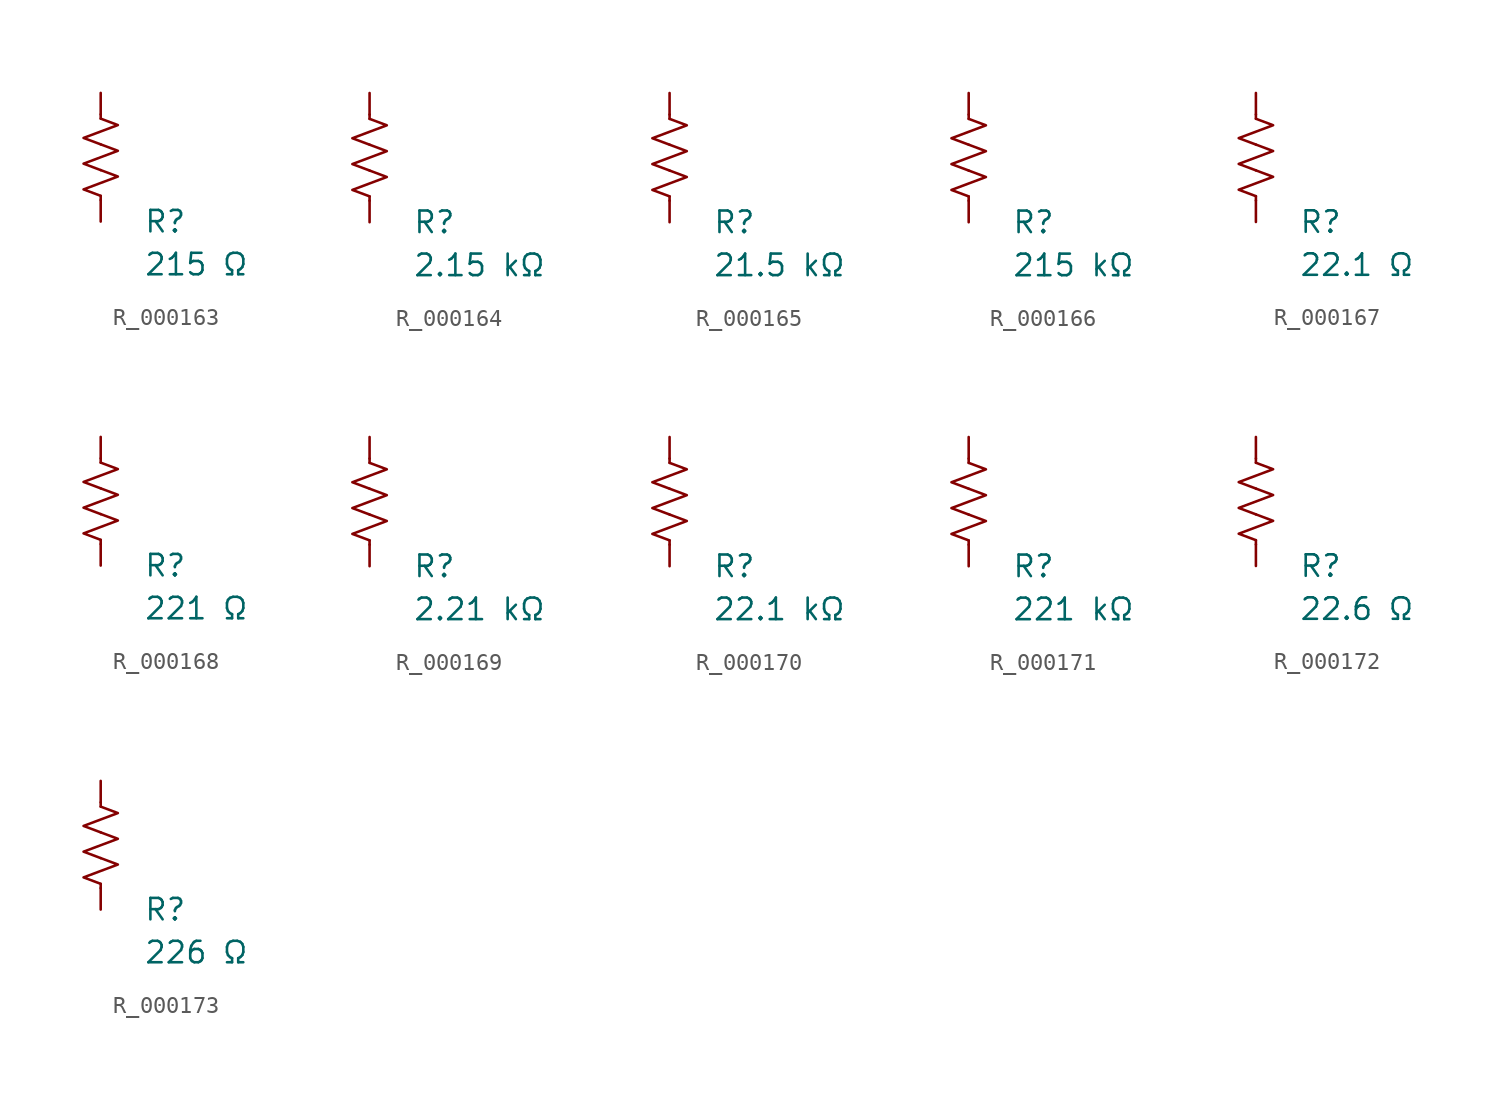
<source format=kicad_sym>
(kicad_symbol_lib
  (version 20231120)
  (generator "kicad_symbol_editor")
  (generator_version "8.0")
  (symbol "R_000163"
    (pin_numbers hide)
    (pin_names
      (offset 0))
    (property "Reference" "R"
      (at 2.54 -3.81 0)
      (effects (font (size 1.27 1.27)) (justify left))
      (show_name no))
    (property "Value" "215 Ω"
      (at 2.54 -6.35 0)
      (effects (font (size 1.27 1.27)) (justify left))
      (show_name no))
    (symbol "R_000163_0_1"
      (polyline (pts (xy 0 -2.286) (xy 0 -2.54)) (stroke (width 0) (type default)) (fill (type none)))
      (polyline (pts (xy 0 2.286) (xy 0 2.54)) (stroke (width 0) (type default)) (fill (type none)))
      (polyline (pts (xy 0 -0.762) (xy 1.016 -1.143) (xy 0 -1.524) (xy -1.016 -1.905) (xy 0 -2.286)) (stroke (width 0) (type default)) (fill (type none)))
      (polyline (pts (xy 0 0.762) (xy 1.016 0.381) (xy 0 0) (xy -1.016 -0.381) (xy 0 -0.762)) (stroke (width 0) (type default)) (fill (type none)))
      (polyline (pts (xy 0 2.286) (xy 1.016 1.905) (xy 0 1.524) (xy -1.016 1.143) (xy 0 0.762)) (stroke (width 0) (type default)) (fill (type none))))
    (symbol "R_000163_1_1"
      (pin passive line (at 0 3.81 270) (length 1.27) (name "~" (effects (font (size 1.27 1.27)))) (number "1" (effects (font (size 1.27 1.27)))))
      (pin passive line (at 0 -3.81 90) (length 1.27) (name "~" (effects (font (size 1.27 1.27)))) (number "2" (effects (font (size 1.27 1.27)))))))
  (symbol "R_000164"
    (pin_numbers hide)
    (pin_names
      (offset 0))
    (property "Reference" "R"
      (at 2.54 -3.81 0)
      (effects (font (size 1.27 1.27)) (justify left))
      (show_name no))
    (property "Value" "2.15 kΩ"
      (at 2.54 -6.35 0)
      (effects (font (size 1.27 1.27)) (justify left))
      (show_name no))
    (symbol "R_000164_0_1"
      (polyline (pts (xy 0 -2.286) (xy 0 -2.54)) (stroke (width 0) (type default)) (fill (type none)))
      (polyline (pts (xy 0 2.286) (xy 0 2.54)) (stroke (width 0) (type default)) (fill (type none)))
      (polyline (pts (xy 0 -0.762) (xy 1.016 -1.143) (xy 0 -1.524) (xy -1.016 -1.905) (xy 0 -2.286)) (stroke (width 0) (type default)) (fill (type none)))
      (polyline (pts (xy 0 0.762) (xy 1.016 0.381) (xy 0 0) (xy -1.016 -0.381) (xy 0 -0.762)) (stroke (width 0) (type default)) (fill (type none)))
      (polyline (pts (xy 0 2.286) (xy 1.016 1.905) (xy 0 1.524) (xy -1.016 1.143) (xy 0 0.762)) (stroke (width 0) (type default)) (fill (type none))))
    (symbol "R_000164_1_1"
      (pin passive line (at 0 3.81 270) (length 1.27) (name "~" (effects (font (size 1.27 1.27)))) (number "1" (effects (font (size 1.27 1.27)))))
      (pin passive line (at 0 -3.81 90) (length 1.27) (name "~" (effects (font (size 1.27 1.27)))) (number "2" (effects (font (size 1.27 1.27)))))))
  (symbol "R_000165"
    (pin_numbers hide)
    (pin_names
      (offset 0))
    (property "Reference" "R"
      (at 2.54 -3.81 0)
      (effects (font (size 1.27 1.27)) (justify left))
      (show_name no))
    (property "Value" "21.5 kΩ"
      (at 2.54 -6.35 0)
      (effects (font (size 1.27 1.27)) (justify left))
      (show_name no))
    (symbol "R_000165_0_1"
      (polyline (pts (xy 0 -2.286) (xy 0 -2.54)) (stroke (width 0) (type default)) (fill (type none)))
      (polyline (pts (xy 0 2.286) (xy 0 2.54)) (stroke (width 0) (type default)) (fill (type none)))
      (polyline (pts (xy 0 -0.762) (xy 1.016 -1.143) (xy 0 -1.524) (xy -1.016 -1.905) (xy 0 -2.286)) (stroke (width 0) (type default)) (fill (type none)))
      (polyline (pts (xy 0 0.762) (xy 1.016 0.381) (xy 0 0) (xy -1.016 -0.381) (xy 0 -0.762)) (stroke (width 0) (type default)) (fill (type none)))
      (polyline (pts (xy 0 2.286) (xy 1.016 1.905) (xy 0 1.524) (xy -1.016 1.143) (xy 0 0.762)) (stroke (width 0) (type default)) (fill (type none))))
    (symbol "R_000165_1_1"
      (pin passive line (at 0 3.81 270) (length 1.27) (name "~" (effects (font (size 1.27 1.27)))) (number "1" (effects (font (size 1.27 1.27)))))
      (pin passive line (at 0 -3.81 90) (length 1.27) (name "~" (effects (font (size 1.27 1.27)))) (number "2" (effects (font (size 1.27 1.27)))))))
  (symbol "R_000166"
    (pin_numbers hide)
    (pin_names
      (offset 0))
    (property "Reference" "R"
      (at 2.54 -3.81 0)
      (effects (font (size 1.27 1.27)) (justify left))
      (show_name no))
    (property "Value" "215 kΩ"
      (at 2.54 -6.35 0)
      (effects (font (size 1.27 1.27)) (justify left))
      (show_name no))
    (symbol "R_000166_0_1"
      (polyline (pts (xy 0 -2.286) (xy 0 -2.54)) (stroke (width 0) (type default)) (fill (type none)))
      (polyline (pts (xy 0 2.286) (xy 0 2.54)) (stroke (width 0) (type default)) (fill (type none)))
      (polyline (pts (xy 0 -0.762) (xy 1.016 -1.143) (xy 0 -1.524) (xy -1.016 -1.905) (xy 0 -2.286)) (stroke (width 0) (type default)) (fill (type none)))
      (polyline (pts (xy 0 0.762) (xy 1.016 0.381) (xy 0 0) (xy -1.016 -0.381) (xy 0 -0.762)) (stroke (width 0) (type default)) (fill (type none)))
      (polyline (pts (xy 0 2.286) (xy 1.016 1.905) (xy 0 1.524) (xy -1.016 1.143) (xy 0 0.762)) (stroke (width 0) (type default)) (fill (type none))))
    (symbol "R_000166_1_1"
      (pin passive line (at 0 3.81 270) (length 1.27) (name "~" (effects (font (size 1.27 1.27)))) (number "1" (effects (font (size 1.27 1.27)))))
      (pin passive line (at 0 -3.81 90) (length 1.27) (name "~" (effects (font (size 1.27 1.27)))) (number "2" (effects (font (size 1.27 1.27)))))))
  (symbol "R_000167"
    (pin_numbers hide)
    (pin_names
      (offset 0))
    (property "Reference" "R"
      (at 2.54 -3.81 0)
      (effects (font (size 1.27 1.27)) (justify left))
      (show_name no))
    (property "Value" "22.1 Ω"
      (at 2.54 -6.35 0)
      (effects (font (size 1.27 1.27)) (justify left))
      (show_name no))
    (symbol "R_000167_0_1"
      (polyline (pts (xy 0 -2.286) (xy 0 -2.54)) (stroke (width 0) (type default)) (fill (type none)))
      (polyline (pts (xy 0 2.286) (xy 0 2.54)) (stroke (width 0) (type default)) (fill (type none)))
      (polyline (pts (xy 0 -0.762) (xy 1.016 -1.143) (xy 0 -1.524) (xy -1.016 -1.905) (xy 0 -2.286)) (stroke (width 0) (type default)) (fill (type none)))
      (polyline (pts (xy 0 0.762) (xy 1.016 0.381) (xy 0 0) (xy -1.016 -0.381) (xy 0 -0.762)) (stroke (width 0) (type default)) (fill (type none)))
      (polyline (pts (xy 0 2.286) (xy 1.016 1.905) (xy 0 1.524) (xy -1.016 1.143) (xy 0 0.762)) (stroke (width 0) (type default)) (fill (type none))))
    (symbol "R_000167_1_1"
      (pin passive line (at 0 3.81 270) (length 1.27) (name "~" (effects (font (size 1.27 1.27)))) (number "1" (effects (font (size 1.27 1.27)))))
      (pin passive line (at 0 -3.81 90) (length 1.27) (name "~" (effects (font (size 1.27 1.27)))) (number "2" (effects (font (size 1.27 1.27)))))))
  (symbol "R_000168"
    (pin_numbers hide)
    (pin_names
      (offset 0))
    (property "Reference" "R"
      (at 2.54 -3.81 0)
      (effects (font (size 1.27 1.27)) (justify left))
      (show_name no))
    (property "Value" "221 Ω"
      (at 2.54 -6.35 0)
      (effects (font (size 1.27 1.27)) (justify left))
      (show_name no))
    (symbol "R_000168_0_1"
      (polyline (pts (xy 0 -2.286) (xy 0 -2.54)) (stroke (width 0) (type default)) (fill (type none)))
      (polyline (pts (xy 0 2.286) (xy 0 2.54)) (stroke (width 0) (type default)) (fill (type none)))
      (polyline (pts (xy 0 -0.762) (xy 1.016 -1.143) (xy 0 -1.524) (xy -1.016 -1.905) (xy 0 -2.286)) (stroke (width 0) (type default)) (fill (type none)))
      (polyline (pts (xy 0 0.762) (xy 1.016 0.381) (xy 0 0) (xy -1.016 -0.381) (xy 0 -0.762)) (stroke (width 0) (type default)) (fill (type none)))
      (polyline (pts (xy 0 2.286) (xy 1.016 1.905) (xy 0 1.524) (xy -1.016 1.143) (xy 0 0.762)) (stroke (width 0) (type default)) (fill (type none))))
    (symbol "R_000168_1_1"
      (pin passive line (at 0 3.81 270) (length 1.27) (name "~" (effects (font (size 1.27 1.27)))) (number "1" (effects (font (size 1.27 1.27)))))
      (pin passive line (at 0 -3.81 90) (length 1.27) (name "~" (effects (font (size 1.27 1.27)))) (number "2" (effects (font (size 1.27 1.27)))))))
  (symbol "R_000169"
    (pin_numbers hide)
    (pin_names
      (offset 0))
    (property "Reference" "R"
      (at 2.54 -3.81 0)
      (effects (font (size 1.27 1.27)) (justify left))
      (show_name no))
    (property "Value" "2.21 kΩ"
      (at 2.54 -6.35 0)
      (effects (font (size 1.27 1.27)) (justify left))
      (show_name no))
    (symbol "R_000169_0_1"
      (polyline (pts (xy 0 -2.286) (xy 0 -2.54)) (stroke (width 0) (type default)) (fill (type none)))
      (polyline (pts (xy 0 2.286) (xy 0 2.54)) (stroke (width 0) (type default)) (fill (type none)))
      (polyline (pts (xy 0 -0.762) (xy 1.016 -1.143) (xy 0 -1.524) (xy -1.016 -1.905) (xy 0 -2.286)) (stroke (width 0) (type default)) (fill (type none)))
      (polyline (pts (xy 0 0.762) (xy 1.016 0.381) (xy 0 0) (xy -1.016 -0.381) (xy 0 -0.762)) (stroke (width 0) (type default)) (fill (type none)))
      (polyline (pts (xy 0 2.286) (xy 1.016 1.905) (xy 0 1.524) (xy -1.016 1.143) (xy 0 0.762)) (stroke (width 0) (type default)) (fill (type none))))
    (symbol "R_000169_1_1"
      (pin passive line (at 0 3.81 270) (length 1.27) (name "~" (effects (font (size 1.27 1.27)))) (number "1" (effects (font (size 1.27 1.27)))))
      (pin passive line (at 0 -3.81 90) (length 1.27) (name "~" (effects (font (size 1.27 1.27)))) (number "2" (effects (font (size 1.27 1.27)))))))
  (symbol "R_000170"
    (pin_numbers hide)
    (pin_names
      (offset 0))
    (property "Reference" "R"
      (at 2.54 -3.81 0)
      (effects (font (size 1.27 1.27)) (justify left))
      (show_name no))
    (property "Value" "22.1 kΩ"
      (at 2.54 -6.35 0)
      (effects (font (size 1.27 1.27)) (justify left))
      (show_name no))
    (symbol "R_000170_0_1"
      (polyline (pts (xy 0 -2.286) (xy 0 -2.54)) (stroke (width 0) (type default)) (fill (type none)))
      (polyline (pts (xy 0 2.286) (xy 0 2.54)) (stroke (width 0) (type default)) (fill (type none)))
      (polyline (pts (xy 0 -0.762) (xy 1.016 -1.143) (xy 0 -1.524) (xy -1.016 -1.905) (xy 0 -2.286)) (stroke (width 0) (type default)) (fill (type none)))
      (polyline (pts (xy 0 0.762) (xy 1.016 0.381) (xy 0 0) (xy -1.016 -0.381) (xy 0 -0.762)) (stroke (width 0) (type default)) (fill (type none)))
      (polyline (pts (xy 0 2.286) (xy 1.016 1.905) (xy 0 1.524) (xy -1.016 1.143) (xy 0 0.762)) (stroke (width 0) (type default)) (fill (type none))))
    (symbol "R_000170_1_1"
      (pin passive line (at 0 3.81 270) (length 1.27) (name "~" (effects (font (size 1.27 1.27)))) (number "1" (effects (font (size 1.27 1.27)))))
      (pin passive line (at 0 -3.81 90) (length 1.27) (name "~" (effects (font (size 1.27 1.27)))) (number "2" (effects (font (size 1.27 1.27)))))))
  (symbol "R_000171"
    (pin_numbers hide)
    (pin_names
      (offset 0))
    (property "Reference" "R"
      (at 2.54 -3.81 0)
      (effects (font (size 1.27 1.27)) (justify left))
      (show_name no))
    (property "Value" "221 kΩ"
      (at 2.54 -6.35 0)
      (effects (font (size 1.27 1.27)) (justify left))
      (show_name no))
    (symbol "R_000171_0_1"
      (polyline (pts (xy 0 -2.286) (xy 0 -2.54)) (stroke (width 0) (type default)) (fill (type none)))
      (polyline (pts (xy 0 2.286) (xy 0 2.54)) (stroke (width 0) (type default)) (fill (type none)))
      (polyline (pts (xy 0 -0.762) (xy 1.016 -1.143) (xy 0 -1.524) (xy -1.016 -1.905) (xy 0 -2.286)) (stroke (width 0) (type default)) (fill (type none)))
      (polyline (pts (xy 0 0.762) (xy 1.016 0.381) (xy 0 0) (xy -1.016 -0.381) (xy 0 -0.762)) (stroke (width 0) (type default)) (fill (type none)))
      (polyline (pts (xy 0 2.286) (xy 1.016 1.905) (xy 0 1.524) (xy -1.016 1.143) (xy 0 0.762)) (stroke (width 0) (type default)) (fill (type none))))
    (symbol "R_000171_1_1"
      (pin passive line (at 0 3.81 270) (length 1.27) (name "~" (effects (font (size 1.27 1.27)))) (number "1" (effects (font (size 1.27 1.27)))))
      (pin passive line (at 0 -3.81 90) (length 1.27) (name "~" (effects (font (size 1.27 1.27)))) (number "2" (effects (font (size 1.27 1.27)))))))
  (symbol "R_000172"
    (pin_numbers hide)
    (pin_names
      (offset 0))
    (property "Reference" "R"
      (at 2.54 -3.81 0)
      (effects (font (size 1.27 1.27)) (justify left))
      (show_name no))
    (property "Value" "22.6 Ω"
      (at 2.54 -6.35 0)
      (effects (font (size 1.27 1.27)) (justify left))
      (show_name no))
    (symbol "R_000172_0_1"
      (polyline (pts (xy 0 -2.286) (xy 0 -2.54)) (stroke (width 0) (type default)) (fill (type none)))
      (polyline (pts (xy 0 2.286) (xy 0 2.54)) (stroke (width 0) (type default)) (fill (type none)))
      (polyline (pts (xy 0 -0.762) (xy 1.016 -1.143) (xy 0 -1.524) (xy -1.016 -1.905) (xy 0 -2.286)) (stroke (width 0) (type default)) (fill (type none)))
      (polyline (pts (xy 0 0.762) (xy 1.016 0.381) (xy 0 0) (xy -1.016 -0.381) (xy 0 -0.762)) (stroke (width 0) (type default)) (fill (type none)))
      (polyline (pts (xy 0 2.286) (xy 1.016 1.905) (xy 0 1.524) (xy -1.016 1.143) (xy 0 0.762)) (stroke (width 0) (type default)) (fill (type none))))
    (symbol "R_000172_1_1"
      (pin passive line (at 0 3.81 270) (length 1.27) (name "~" (effects (font (size 1.27 1.27)))) (number "1" (effects (font (size 1.27 1.27)))))
      (pin passive line (at 0 -3.81 90) (length 1.27) (name "~" (effects (font (size 1.27 1.27)))) (number "2" (effects (font (size 1.27 1.27)))))))
  (symbol "R_000173"
    (pin_numbers hide)
    (pin_names
      (offset 0))
    (property "Reference" "R"
      (at 2.54 -3.81 0)
      (effects (font (size 1.27 1.27)) (justify left))
      (show_name no))
    (property "Value" "226 Ω"
      (at 2.54 -6.35 0)
      (effects (font (size 1.27 1.27)) (justify left))
      (show_name no))
    (symbol "R_000173_0_1"
      (polyline (pts (xy 0 -2.286) (xy 0 -2.54)) (stroke (width 0) (type default)) (fill (type none)))
      (polyline (pts (xy 0 2.286) (xy 0 2.54)) (stroke (width 0) (type default)) (fill (type none)))
      (polyline (pts (xy 0 -0.762) (xy 1.016 -1.143) (xy 0 -1.524) (xy -1.016 -1.905) (xy 0 -2.286)) (stroke (width 0) (type default)) (fill (type none)))
      (polyline (pts (xy 0 0.762) (xy 1.016 0.381) (xy 0 0) (xy -1.016 -0.381) (xy 0 -0.762)) (stroke (width 0) (type default)) (fill (type none)))
      (polyline (pts (xy 0 2.286) (xy 1.016 1.905) (xy 0 1.524) (xy -1.016 1.143) (xy 0 0.762)) (stroke (width 0) (type default)) (fill (type none))))
    (symbol "R_000173_1_1"
      (pin passive line (at 0 3.81 270) (length 1.27) (name "~" (effects (font (size 1.27 1.27)))) (number "1" (effects (font (size 1.27 1.27)))))
      (pin passive line (at 0 -3.81 90) (length 1.27) (name "~" (effects (font (size 1.27 1.27)))) (number "2" (effects (font (size 1.27 1.27))))))))
</source>
